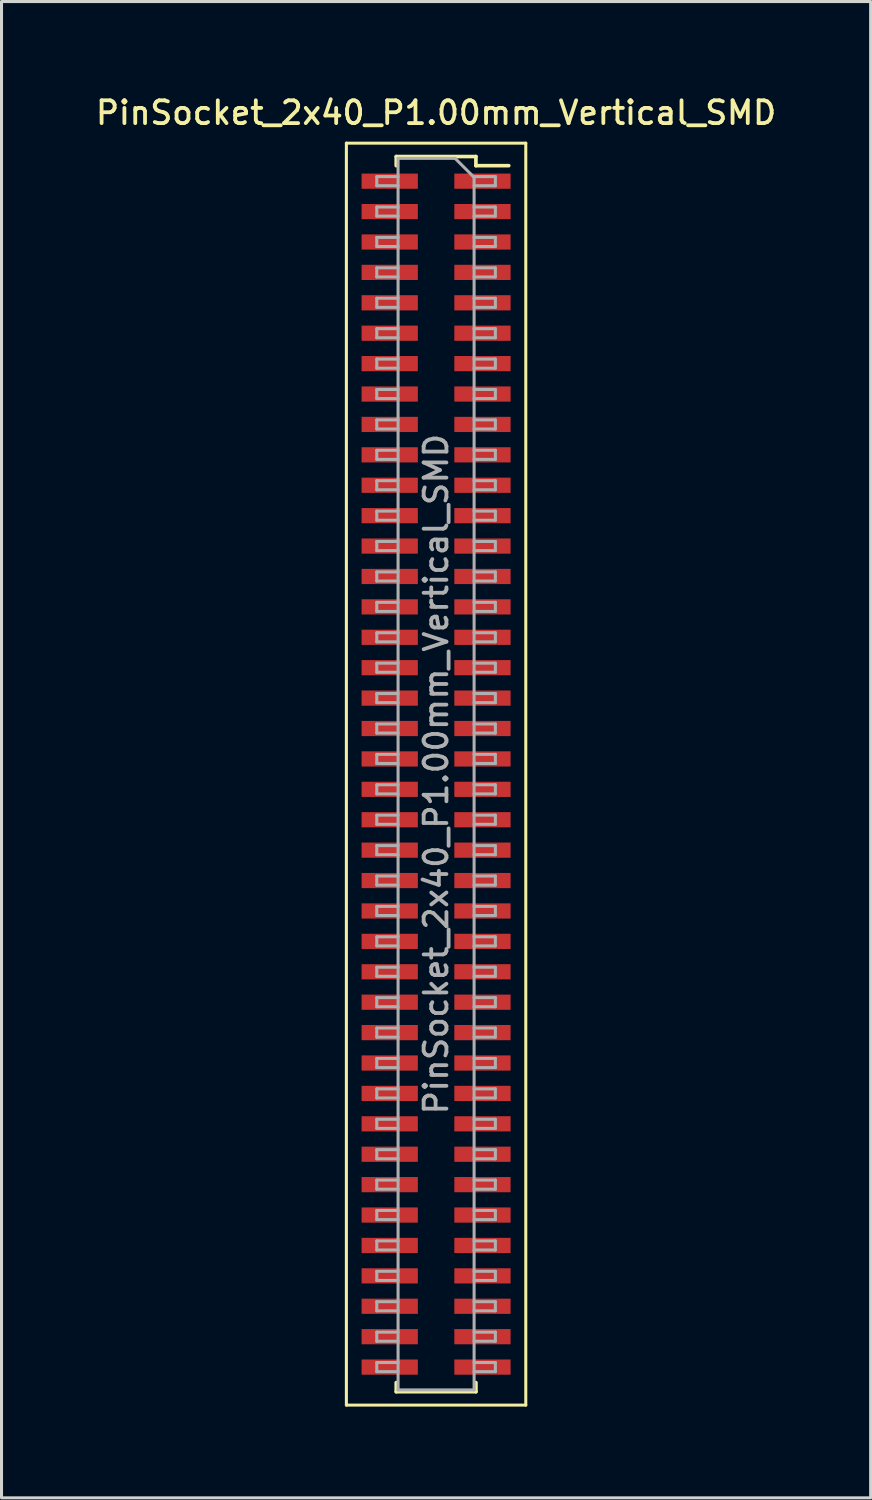
<source format=kicad_pcb>
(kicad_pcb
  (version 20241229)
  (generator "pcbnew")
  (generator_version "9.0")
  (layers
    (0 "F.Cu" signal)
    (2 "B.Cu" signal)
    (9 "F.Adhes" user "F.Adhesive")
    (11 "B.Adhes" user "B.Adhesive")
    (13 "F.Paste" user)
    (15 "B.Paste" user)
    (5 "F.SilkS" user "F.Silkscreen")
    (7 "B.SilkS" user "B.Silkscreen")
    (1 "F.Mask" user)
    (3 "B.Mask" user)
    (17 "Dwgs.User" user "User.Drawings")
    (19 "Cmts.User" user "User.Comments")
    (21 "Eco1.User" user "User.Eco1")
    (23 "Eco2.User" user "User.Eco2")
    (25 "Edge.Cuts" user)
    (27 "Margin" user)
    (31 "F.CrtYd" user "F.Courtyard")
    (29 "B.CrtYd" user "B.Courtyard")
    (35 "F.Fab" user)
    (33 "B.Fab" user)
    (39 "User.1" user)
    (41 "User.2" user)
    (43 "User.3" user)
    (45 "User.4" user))
  (footprint "PinSocket_2x40_P1.00mm_Vertical_SMD"
    (layer "F.Cu")
    (at 11.291 22.408)
    (property "Reference" "PinSocket_2x40_P1.00mm_Vertical_SMD" (at 0 -21.75 0) (layer "F.SilkS") (effects (font (size 0.75 0.75) (thickness 0.125))))
    (attr smd)
    (fp_line (start -2.95 -20.75) (end 2.95 -20.75) (stroke (width 0.1) (type solid)) (layer "F.SilkS"))
    (fp_line (start -2.95 20.75) (end -2.95 -20.75) (stroke (width 0.1) (type solid)) (layer "F.SilkS"))
    (fp_line (start -1.31 -20.31) (end -1.31 -20.01) (stroke (width 0.12) (type solid)) (layer "F.SilkS"))
    (fp_line (start -1.31 -20.31) (end 1.31 -20.31) (stroke (width 0.12) (type solid)) (layer "F.SilkS"))
    (fp_line (start -1.31 20.01) (end -1.31 20.31) (stroke (width 0.12) (type solid)) (layer "F.SilkS"))
    (fp_line (start -1.31 20.31) (end 1.31 20.31) (stroke (width 0.12) (type solid)) (layer "F.SilkS"))
    (fp_line (start 1.31 -20.31) (end 1.31 -20.01) (stroke (width 0.12) (type solid)) (layer "F.SilkS"))
    (fp_line (start 1.31 -20.01) (end 2.39 -20.01) (stroke (width 0.12) (type solid)) (layer "F.SilkS"))
    (fp_line (start 1.31 20.01) (end 1.31 20.31) (stroke (width 0.12) (type solid)) (layer "F.SilkS"))
    (fp_line (start 2.95 -20.75) (end 2.95 20.75) (stroke (width 0.1) (type solid)) (layer "F.SilkS"))
    (fp_line (start 2.95 20.75) (end -2.95 20.75) (stroke (width 0.1) (type solid)) (layer "F.SilkS"))
    (fp_line (start -1.95 -19.65) (end -1.25 -19.65) (stroke (width 0.1) (type solid)) (layer "F.Fab"))
    (fp_line (start -1.95 -19.35) (end -1.95 -19.65) (stroke (width 0.1) (type solid)) (layer "F.Fab"))
    (fp_line (start -1.95 -18.65) (end -1.25 -18.65) (stroke (width 0.1) (type solid)) (layer "F.Fab"))
    (fp_line (start -1.95 -18.35) (end -1.95 -18.65) (stroke (width 0.1) (type solid)) (layer "F.Fab"))
    (fp_line (start -1.95 -17.65) (end -1.25 -17.65) (stroke (width 0.1) (type solid)) (layer "F.Fab"))
    (fp_line (start -1.95 -17.35) (end -1.95 -17.65) (stroke (width 0.1) (type solid)) (layer "F.Fab"))
    (fp_line (start -1.95 -16.65) (end -1.25 -16.65) (stroke (width 0.1) (type solid)) (layer "F.Fab"))
    (fp_line (start -1.95 -16.35) (end -1.95 -16.65) (stroke (width 0.1) (type solid)) (layer "F.Fab"))
    (fp_line (start -1.95 -15.65) (end -1.25 -15.65) (stroke (width 0.1) (type solid)) (layer "F.Fab"))
    (fp_line (start -1.95 -15.35) (end -1.95 -15.65) (stroke (width 0.1) (type solid)) (layer "F.Fab"))
    (fp_line (start -1.95 -14.65) (end -1.25 -14.65) (stroke (width 0.1) (type solid)) (layer "F.Fab"))
    (fp_line (start -1.95 -14.35) (end -1.95 -14.65) (stroke (width 0.1) (type solid)) (layer "F.Fab"))
    (fp_line (start -1.95 -13.65) (end -1.25 -13.65) (stroke (width 0.1) (type solid)) (layer "F.Fab"))
    (fp_line (start -1.95 -13.35) (end -1.95 -13.65) (stroke (width 0.1) (type solid)) (layer "F.Fab"))
    (fp_line (start -1.95 -12.65) (end -1.25 -12.65) (stroke (width 0.1) (type solid)) (layer "F.Fab"))
    (fp_line (start -1.95 -12.35) (end -1.95 -12.65) (stroke (width 0.1) (type solid)) (layer "F.Fab"))
    (fp_line (start -1.95 -11.65) (end -1.25 -11.65) (stroke (width 0.1) (type solid)) (layer "F.Fab"))
    (fp_line (start -1.95 -11.35) (end -1.95 -11.65) (stroke (width 0.1) (type solid)) (layer "F.Fab"))
    (fp_line (start -1.95 -10.65) (end -1.25 -10.65) (stroke (width 0.1) (type solid)) (layer "F.Fab"))
    (fp_line (start -1.95 -10.35) (end -1.95 -10.65) (stroke (width 0.1) (type solid)) (layer "F.Fab"))
    (fp_line (start -1.95 -9.65) (end -1.25 -9.65) (stroke (width 0.1) (type solid)) (layer "F.Fab"))
    (fp_line (start -1.95 -9.35) (end -1.95 -9.65) (stroke (width 0.1) (type solid)) (layer "F.Fab"))
    (fp_line (start -1.95 -8.65) (end -1.25 -8.65) (stroke (width 0.1) (type solid)) (layer "F.Fab"))
    (fp_line (start -1.95 -8.35) (end -1.95 -8.65) (stroke (width 0.1) (type solid)) (layer "F.Fab"))
    (fp_line (start -1.95 -7.65) (end -1.25 -7.65) (stroke (width 0.1) (type solid)) (layer "F.Fab"))
    (fp_line (start -1.95 -7.35) (end -1.95 -7.65) (stroke (width 0.1) (type solid)) (layer "F.Fab"))
    (fp_line (start -1.95 -6.65) (end -1.25 -6.65) (stroke (width 0.1) (type solid)) (layer "F.Fab"))
    (fp_line (start -1.95 -6.35) (end -1.95 -6.65) (stroke (width 0.1) (type solid)) (layer "F.Fab"))
    (fp_line (start -1.95 -5.65) (end -1.25 -5.65) (stroke (width 0.1) (type solid)) (layer "F.Fab"))
    (fp_line (start -1.95 -5.35) (end -1.95 -5.65) (stroke (width 0.1) (type solid)) (layer "F.Fab"))
    (fp_line (start -1.95 -4.65) (end -1.25 -4.65) (stroke (width 0.1) (type solid)) (layer "F.Fab"))
    (fp_line (start -1.95 -4.35) (end -1.95 -4.65) (stroke (width 0.1) (type solid)) (layer "F.Fab"))
    (fp_line (start -1.95 -3.65) (end -1.25 -3.65) (stroke (width 0.1) (type solid)) (layer "F.Fab"))
    (fp_line (start -1.95 -3.35) (end -1.95 -3.65) (stroke (width 0.1) (type solid)) (layer "F.Fab"))
    (fp_line (start -1.95 -2.65) (end -1.25 -2.65) (stroke (width 0.1) (type solid)) (layer "F.Fab"))
    (fp_line (start -1.95 -2.35) (end -1.95 -2.65) (stroke (width 0.1) (type solid)) (layer "F.Fab"))
    (fp_line (start -1.95 -1.65) (end -1.25 -1.65) (stroke (width 0.1) (type solid)) (layer "F.Fab"))
    (fp_line (start -1.95 -1.35) (end -1.95 -1.65) (stroke (width 0.1) (type solid)) (layer "F.Fab"))
    (fp_line (start -1.95 -0.65) (end -1.25 -0.65) (stroke (width 0.1) (type solid)) (layer "F.Fab"))
    (fp_line (start -1.95 -0.35) (end -1.95 -0.65) (stroke (width 0.1) (type solid)) (layer "F.Fab"))
    (fp_line (start -1.95 0.35) (end -1.25 0.35) (stroke (width 0.1) (type solid)) (layer "F.Fab"))
    (fp_line (start -1.95 0.65) (end -1.95 0.35) (stroke (width 0.1) (type solid)) (layer "F.Fab"))
    (fp_line (start -1.95 1.35) (end -1.25 1.35) (stroke (width 0.1) (type solid)) (layer "F.Fab"))
    (fp_line (start -1.95 1.65) (end -1.95 1.35) (stroke (width 0.1) (type solid)) (layer "F.Fab"))
    (fp_line (start -1.95 2.35) (end -1.25 2.35) (stroke (width 0.1) (type solid)) (layer "F.Fab"))
    (fp_line (start -1.95 2.65) (end -1.95 2.35) (stroke (width 0.1) (type solid)) (layer "F.Fab"))
    (fp_line (start -1.95 3.35) (end -1.25 3.35) (stroke (width 0.1) (type solid)) (layer "F.Fab"))
    (fp_line (start -1.95 3.65) (end -1.95 3.35) (stroke (width 0.1) (type solid)) (layer "F.Fab"))
    (fp_line (start -1.95 4.35) (end -1.25 4.35) (stroke (width 0.1) (type solid)) (layer "F.Fab"))
    (fp_line (start -1.95 4.65) (end -1.95 4.35) (stroke (width 0.1) (type solid)) (layer "F.Fab"))
    (fp_line (start -1.95 5.35) (end -1.25 5.35) (stroke (width 0.1) (type solid)) (layer "F.Fab"))
    (fp_line (start -1.95 5.65) (end -1.95 5.35) (stroke (width 0.1) (type solid)) (layer "F.Fab"))
    (fp_line (start -1.95 6.35) (end -1.25 6.35) (stroke (width 0.1) (type solid)) (layer "F.Fab"))
    (fp_line (start -1.95 6.65) (end -1.95 6.35) (stroke (width 0.1) (type solid)) (layer "F.Fab"))
    (fp_line (start -1.95 7.35) (end -1.25 7.35) (stroke (width 0.1) (type solid)) (layer "F.Fab"))
    (fp_line (start -1.95 7.65) (end -1.95 7.35) (stroke (width 0.1) (type solid)) (layer "F.Fab"))
    (fp_line (start -1.95 8.35) (end -1.25 8.35) (stroke (width 0.1) (type solid)) (layer "F.Fab"))
    (fp_line (start -1.95 8.65) (end -1.95 8.35) (stroke (width 0.1) (type solid)) (layer "F.Fab"))
    (fp_line (start -1.95 9.35) (end -1.25 9.35) (stroke (width 0.1) (type solid)) (layer "F.Fab"))
    (fp_line (start -1.95 9.65) (end -1.95 9.35) (stroke (width 0.1) (type solid)) (layer "F.Fab"))
    (fp_line (start -1.95 10.35) (end -1.25 10.35) (stroke (width 0.1) (type solid)) (layer "F.Fab"))
    (fp_line (start -1.95 10.65) (end -1.95 10.35) (stroke (width 0.1) (type solid)) (layer "F.Fab"))
    (fp_line (start -1.95 11.35) (end -1.25 11.35) (stroke (width 0.1) (type solid)) (layer "F.Fab"))
    (fp_line (start -1.95 11.65) (end -1.95 11.35) (stroke (width 0.1) (type solid)) (layer "F.Fab"))
    (fp_line (start -1.95 12.35) (end -1.25 12.35) (stroke (width 0.1) (type solid)) (layer "F.Fab"))
    (fp_line (start -1.95 12.65) (end -1.95 12.35) (stroke (width 0.1) (type solid)) (layer "F.Fab"))
    (fp_line (start -1.95 13.35) (end -1.25 13.35) (stroke (width 0.1) (type solid)) (layer "F.Fab"))
    (fp_line (start -1.95 13.65) (end -1.95 13.35) (stroke (width 0.1) (type solid)) (layer "F.Fab"))
    (fp_line (start -1.95 14.35) (end -1.25 14.35) (stroke (width 0.1) (type solid)) (layer "F.Fab"))
    (fp_line (start -1.95 14.65) (end -1.95 14.35) (stroke (width 0.1) (type solid)) (layer "F.Fab"))
    (fp_line (start -1.95 15.35) (end -1.25 15.35) (stroke (width 0.1) (type solid)) (layer "F.Fab"))
    (fp_line (start -1.95 15.65) (end -1.95 15.35) (stroke (width 0.1) (type solid)) (layer "F.Fab"))
    (fp_line (start -1.95 16.35) (end -1.25 16.35) (stroke (width 0.1) (type solid)) (layer "F.Fab"))
    (fp_line (start -1.95 16.65) (end -1.95 16.35) (stroke (width 0.1) (type solid)) (layer "F.Fab"))
    (fp_line (start -1.95 17.35) (end -1.25 17.35) (stroke (width 0.1) (type solid)) (layer "F.Fab"))
    (fp_line (start -1.95 17.65) (end -1.95 17.35) (stroke (width 0.1) (type solid)) (layer "F.Fab"))
    (fp_line (start -1.95 18.35) (end -1.25 18.35) (stroke (width 0.1) (type solid)) (layer "F.Fab"))
    (fp_line (start -1.95 18.65) (end -1.95 18.35) (stroke (width 0.1) (type solid)) (layer "F.Fab"))
    (fp_line (start -1.95 19.35) (end -1.25 19.35) (stroke (width 0.1) (type solid)) (layer "F.Fab"))
    (fp_line (start -1.95 19.65) (end -1.95 19.35) (stroke (width 0.1) (type solid)) (layer "F.Fab"))
    (fp_line (start -1.25 -20.25) (end 0.625 -20.25) (stroke (width 0.1) (type solid)) (layer "F.Fab"))
    (fp_line (start -1.25 -19.35) (end -1.95 -19.35) (stroke (width 0.1) (type solid)) (layer "F.Fab"))
    (fp_line (start -1.25 -18.35) (end -1.95 -18.35) (stroke (width 0.1) (type solid)) (layer "F.Fab"))
    (fp_line (start -1.25 -17.35) (end -1.95 -17.35) (stroke (width 0.1) (type solid)) (layer "F.Fab"))
    (fp_line (start -1.25 -16.35) (end -1.95 -16.35) (stroke (width 0.1) (type solid)) (layer "F.Fab"))
    (fp_line (start -1.25 -15.35) (end -1.95 -15.35) (stroke (width 0.1) (type solid)) (layer "F.Fab"))
    (fp_line (start -1.25 -14.35) (end -1.95 -14.35) (stroke (width 0.1) (type solid)) (layer "F.Fab"))
    (fp_line (start -1.25 -13.35) (end -1.95 -13.35) (stroke (width 0.1) (type solid)) (layer "F.Fab"))
    (fp_line (start -1.25 -12.35) (end -1.95 -12.35) (stroke (width 0.1) (type solid)) (layer "F.Fab"))
    (fp_line (start -1.25 -11.35) (end -1.95 -11.35) (stroke (width 0.1) (type solid)) (layer "F.Fab"))
    (fp_line (start -1.25 -10.35) (end -1.95 -10.35) (stroke (width 0.1) (type solid)) (layer "F.Fab"))
    (fp_line (start -1.25 -9.35) (end -1.95 -9.35) (stroke (width 0.1) (type solid)) (layer "F.Fab"))
    (fp_line (start -1.25 -8.35) (end -1.95 -8.35) (stroke (width 0.1) (type solid)) (layer "F.Fab"))
    (fp_line (start -1.25 -7.35) (end -1.95 -7.35) (stroke (width 0.1) (type solid)) (layer "F.Fab"))
    (fp_line (start -1.25 -6.35) (end -1.95 -6.35) (stroke (width 0.1) (type solid)) (layer "F.Fab"))
    (fp_line (start -1.25 -5.35) (end -1.95 -5.35) (stroke (width 0.1) (type solid)) (layer "F.Fab"))
    (fp_line (start -1.25 -4.35) (end -1.95 -4.35) (stroke (width 0.1) (type solid)) (layer "F.Fab"))
    (fp_line (start -1.25 -3.35) (end -1.95 -3.35) (stroke (width 0.1) (type solid)) (layer "F.Fab"))
    (fp_line (start -1.25 -2.35) (end -1.95 -2.35) (stroke (width 0.1) (type solid)) (layer "F.Fab"))
    (fp_line (start -1.25 -1.35) (end -1.95 -1.35) (stroke (width 0.1) (type solid)) (layer "F.Fab"))
    (fp_line (start -1.25 -0.35) (end -1.95 -0.35) (stroke (width 0.1) (type solid)) (layer "F.Fab"))
    (fp_line (start -1.25 0.65) (end -1.95 0.65) (stroke (width 0.1) (type solid)) (layer "F.Fab"))
    (fp_line (start -1.25 1.65) (end -1.95 1.65) (stroke (width 0.1) (type solid)) (layer "F.Fab"))
    (fp_line (start -1.25 2.65) (end -1.95 2.65) (stroke (width 0.1) (type solid)) (layer "F.Fab"))
    (fp_line (start -1.25 3.65) (end -1.95 3.65) (stroke (width 0.1) (type solid)) (layer "F.Fab"))
    (fp_line (start -1.25 4.65) (end -1.95 4.65) (stroke (width 0.1) (type solid)) (layer "F.Fab"))
    (fp_line (start -1.25 5.65) (end -1.95 5.65) (stroke (width 0.1) (type solid)) (layer "F.Fab"))
    (fp_line (start -1.25 6.65) (end -1.95 6.65) (stroke (width 0.1) (type solid)) (layer "F.Fab"))
    (fp_line (start -1.25 7.65) (end -1.95 7.65) (stroke (width 0.1) (type solid)) (layer "F.Fab"))
    (fp_line (start -1.25 8.65) (end -1.95 8.65) (stroke (width 0.1) (type solid)) (layer "F.Fab"))
    (fp_line (start -1.25 9.65) (end -1.95 9.65) (stroke (width 0.1) (type solid)) (layer "F.Fab"))
    (fp_line (start -1.25 10.65) (end -1.95 10.65) (stroke (width 0.1) (type solid)) (layer "F.Fab"))
    (fp_line (start -1.25 11.65) (end -1.95 11.65) (stroke (width 0.1) (type solid)) (layer "F.Fab"))
    (fp_line (start -1.25 12.65) (end -1.95 12.65) (stroke (width 0.1) (type solid)) (layer "F.Fab"))
    (fp_line (start -1.25 13.65) (end -1.95 13.65) (stroke (width 0.1) (type solid)) (layer "F.Fab"))
    (fp_line (start -1.25 14.65) (end -1.95 14.65) (stroke (width 0.1) (type solid)) (layer "F.Fab"))
    (fp_line (start -1.25 15.65) (end -1.95 15.65) (stroke (width 0.1) (type solid)) (layer "F.Fab"))
    (fp_line (start -1.25 16.65) (end -1.95 16.65) (stroke (width 0.1) (type solid)) (layer "F.Fab"))
    (fp_line (start -1.25 17.65) (end -1.95 17.65) (stroke (width 0.1) (type solid)) (layer "F.Fab"))
    (fp_line (start -1.25 18.65) (end -1.95 18.65) (stroke (width 0.1) (type solid)) (layer "F.Fab"))
    (fp_line (start -1.25 19.65) (end -1.95 19.65) (stroke (width 0.1) (type solid)) (layer "F.Fab"))
    (fp_line (start -1.25 20.25) (end -1.25 -20.25) (stroke (width 0.1) (type solid)) (layer "F.Fab"))
    (fp_line (start 0.625 -20.25) (end 1.25 -19.625) (stroke (width 0.1) (type solid)) (layer "F.Fab"))
    (fp_line (start 1.25 -19.65) (end 1.95 -19.65) (stroke (width 0.1) (type solid)) (layer "F.Fab"))
    (fp_line (start 1.25 -19.625) (end 1.25 20.25) (stroke (width 0.1) (type solid)) (layer "F.Fab"))
    (fp_line (start 1.25 -18.65) (end 1.95 -18.65) (stroke (width 0.1) (type solid)) (layer "F.Fab"))
    (fp_line (start 1.25 -17.65) (end 1.95 -17.65) (stroke (width 0.1) (type solid)) (layer "F.Fab"))
    (fp_line (start 1.25 -16.65) (end 1.95 -16.65) (stroke (width 0.1) (type solid)) (layer "F.Fab"))
    (fp_line (start 1.25 -15.65) (end 1.95 -15.65) (stroke (width 0.1) (type solid)) (layer "F.Fab"))
    (fp_line (start 1.25 -14.65) (end 1.95 -14.65) (stroke (width 0.1) (type solid)) (layer "F.Fab"))
    (fp_line (start 1.25 -13.65) (end 1.95 -13.65) (stroke (width 0.1) (type solid)) (layer "F.Fab"))
    (fp_line (start 1.25 -12.65) (end 1.95 -12.65) (stroke (width 0.1) (type solid)) (layer "F.Fab"))
    (fp_line (start 1.25 -11.65) (end 1.95 -11.65) (stroke (width 0.1) (type solid)) (layer "F.Fab"))
    (fp_line (start 1.25 -10.65) (end 1.95 -10.65) (stroke (width 0.1) (type solid)) (layer "F.Fab"))
    (fp_line (start 1.25 -9.65) (end 1.95 -9.65) (stroke (width 0.1) (type solid)) (layer "F.Fab"))
    (fp_line (start 1.25 -8.65) (end 1.95 -8.65) (stroke (width 0.1) (type solid)) (layer "F.Fab"))
    (fp_line (start 1.25 -7.65) (end 1.95 -7.65) (stroke (width 0.1) (type solid)) (layer "F.Fab"))
    (fp_line (start 1.25 -6.65) (end 1.95 -6.65) (stroke (width 0.1) (type solid)) (layer "F.Fab"))
    (fp_line (start 1.25 -5.65) (end 1.95 -5.65) (stroke (width 0.1) (type solid)) (layer "F.Fab"))
    (fp_line (start 1.25 -4.65) (end 1.95 -4.65) (stroke (width 0.1) (type solid)) (layer "F.Fab"))
    (fp_line (start 1.25 -3.65) (end 1.95 -3.65) (stroke (width 0.1) (type solid)) (layer "F.Fab"))
    (fp_line (start 1.25 -2.65) (end 1.95 -2.65) (stroke (width 0.1) (type solid)) (layer "F.Fab"))
    (fp_line (start 1.25 -1.65) (end 1.95 -1.65) (stroke (width 0.1) (type solid)) (layer "F.Fab"))
    (fp_line (start 1.25 -0.65) (end 1.95 -0.65) (stroke (width 0.1) (type solid)) (layer "F.Fab"))
    (fp_line (start 1.25 0.35) (end 1.95 0.35) (stroke (width 0.1) (type solid)) (layer "F.Fab"))
    (fp_line (start 1.25 1.35) (end 1.95 1.35) (stroke (width 0.1) (type solid)) (layer "F.Fab"))
    (fp_line (start 1.25 2.35) (end 1.95 2.35) (stroke (width 0.1) (type solid)) (layer "F.Fab"))
    (fp_line (start 1.25 3.35) (end 1.95 3.35) (stroke (width 0.1) (type solid)) (layer "F.Fab"))
    (fp_line (start 1.25 4.35) (end 1.95 4.35) (stroke (width 0.1) (type solid)) (layer "F.Fab"))
    (fp_line (start 1.25 5.35) (end 1.95 5.35) (stroke (width 0.1) (type solid)) (layer "F.Fab"))
    (fp_line (start 1.25 6.35) (end 1.95 6.35) (stroke (width 0.1) (type solid)) (layer "F.Fab"))
    (fp_line (start 1.25 7.35) (end 1.95 7.35) (stroke (width 0.1) (type solid)) (layer "F.Fab"))
    (fp_line (start 1.25 8.35) (end 1.95 8.35) (stroke (width 0.1) (type solid)) (layer "F.Fab"))
    (fp_line (start 1.25 9.35) (end 1.95 9.35) (stroke (width 0.1) (type solid)) (layer "F.Fab"))
    (fp_line (start 1.25 10.35) (end 1.95 10.35) (stroke (width 0.1) (type solid)) (layer "F.Fab"))
    (fp_line (start 1.25 11.35) (end 1.95 11.35) (stroke (width 0.1) (type solid)) (layer "F.Fab"))
    (fp_line (start 1.25 12.35) (end 1.95 12.35) (stroke (width 0.1) (type solid)) (layer "F.Fab"))
    (fp_line (start 1.25 13.35) (end 1.95 13.35) (stroke (width 0.1) (type solid)) (layer "F.Fab"))
    (fp_line (start 1.25 14.35) (end 1.95 14.35) (stroke (width 0.1) (type solid)) (layer "F.Fab"))
    (fp_line (start 1.25 15.35) (end 1.95 15.35) (stroke (width 0.1) (type solid)) (layer "F.Fab"))
    (fp_line (start 1.25 16.35) (end 1.95 16.35) (stroke (width 0.1) (type solid)) (layer "F.Fab"))
    (fp_line (start 1.25 17.35) (end 1.95 17.35) (stroke (width 0.1) (type solid)) (layer "F.Fab"))
    (fp_line (start 1.25 18.35) (end 1.95 18.35) (stroke (width 0.1) (type solid)) (layer "F.Fab"))
    (fp_line (start 1.25 19.35) (end 1.95 19.35) (stroke (width 0.1) (type solid)) (layer "F.Fab"))
    (fp_line (start 1.25 20.25) (end -1.25 20.25) (stroke (width 0.1) (type solid)) (layer "F.Fab"))
    (fp_line (start 1.95 -19.65) (end 1.95 -19.35) (stroke (width 0.1) (type solid)) (layer "F.Fab"))
    (fp_line (start 1.95 -19.35) (end 1.25 -19.35) (stroke (width 0.1) (type solid)) (layer "F.Fab"))
    (fp_line (start 1.95 -18.65) (end 1.95 -18.35) (stroke (width 0.1) (type solid)) (layer "F.Fab"))
    (fp_line (start 1.95 -18.35) (end 1.25 -18.35) (stroke (width 0.1) (type solid)) (layer "F.Fab"))
    (fp_line (start 1.95 -17.65) (end 1.95 -17.35) (stroke (width 0.1) (type solid)) (layer "F.Fab"))
    (fp_line (start 1.95 -17.35) (end 1.25 -17.35) (stroke (width 0.1) (type solid)) (layer "F.Fab"))
    (fp_line (start 1.95 -16.65) (end 1.95 -16.35) (stroke (width 0.1) (type solid)) (layer "F.Fab"))
    (fp_line (start 1.95 -16.35) (end 1.25 -16.35) (stroke (width 0.1) (type solid)) (layer "F.Fab"))
    (fp_line (start 1.95 -15.65) (end 1.95 -15.35) (stroke (width 0.1) (type solid)) (layer "F.Fab"))
    (fp_line (start 1.95 -15.35) (end 1.25 -15.35) (stroke (width 0.1) (type solid)) (layer "F.Fab"))
    (fp_line (start 1.95 -14.65) (end 1.95 -14.35) (stroke (width 0.1) (type solid)) (layer "F.Fab"))
    (fp_line (start 1.95 -14.35) (end 1.25 -14.35) (stroke (width 0.1) (type solid)) (layer "F.Fab"))
    (fp_line (start 1.95 -13.65) (end 1.95 -13.35) (stroke (width 0.1) (type solid)) (layer "F.Fab"))
    (fp_line (start 1.95 -13.35) (end 1.25 -13.35) (stroke (width 0.1) (type solid)) (layer "F.Fab"))
    (fp_line (start 1.95 -12.65) (end 1.95 -12.35) (stroke (width 0.1) (type solid)) (layer "F.Fab"))
    (fp_line (start 1.95 -12.35) (end 1.25 -12.35) (stroke (width 0.1) (type solid)) (layer "F.Fab"))
    (fp_line (start 1.95 -11.65) (end 1.95 -11.35) (stroke (width 0.1) (type solid)) (layer "F.Fab"))
    (fp_line (start 1.95 -11.35) (end 1.25 -11.35) (stroke (width 0.1) (type solid)) (layer "F.Fab"))
    (fp_line (start 1.95 -10.65) (end 1.95 -10.35) (stroke (width 0.1) (type solid)) (layer "F.Fab"))
    (fp_line (start 1.95 -10.35) (end 1.25 -10.35) (stroke (width 0.1) (type solid)) (layer "F.Fab"))
    (fp_line (start 1.95 -9.65) (end 1.95 -9.35) (stroke (width 0.1) (type solid)) (layer "F.Fab"))
    (fp_line (start 1.95 -9.35) (end 1.25 -9.35) (stroke (width 0.1) (type solid)) (layer "F.Fab"))
    (fp_line (start 1.95 -8.65) (end 1.95 -8.35) (stroke (width 0.1) (type solid)) (layer "F.Fab"))
    (fp_line (start 1.95 -8.35) (end 1.25 -8.35) (stroke (width 0.1) (type solid)) (layer "F.Fab"))
    (fp_line (start 1.95 -7.65) (end 1.95 -7.35) (stroke (width 0.1) (type solid)) (layer "F.Fab"))
    (fp_line (start 1.95 -7.35) (end 1.25 -7.35) (stroke (width 0.1) (type solid)) (layer "F.Fab"))
    (fp_line (start 1.95 -6.65) (end 1.95 -6.35) (stroke (width 0.1) (type solid)) (layer "F.Fab"))
    (fp_line (start 1.95 -6.35) (end 1.25 -6.35) (stroke (width 0.1) (type solid)) (layer "F.Fab"))
    (fp_line (start 1.95 -5.65) (end 1.95 -5.35) (stroke (width 0.1) (type solid)) (layer "F.Fab"))
    (fp_line (start 1.95 -5.35) (end 1.25 -5.35) (stroke (width 0.1) (type solid)) (layer "F.Fab"))
    (fp_line (start 1.95 -4.65) (end 1.95 -4.35) (stroke (width 0.1) (type solid)) (layer "F.Fab"))
    (fp_line (start 1.95 -4.35) (end 1.25 -4.35) (stroke (width 0.1) (type solid)) (layer "F.Fab"))
    (fp_line (start 1.95 -3.65) (end 1.95 -3.35) (stroke (width 0.1) (type solid)) (layer "F.Fab"))
    (fp_line (start 1.95 -3.35) (end 1.25 -3.35) (stroke (width 0.1) (type solid)) (layer "F.Fab"))
    (fp_line (start 1.95 -2.65) (end 1.95 -2.35) (stroke (width 0.1) (type solid)) (layer "F.Fab"))
    (fp_line (start 1.95 -2.35) (end 1.25 -2.35) (stroke (width 0.1) (type solid)) (layer "F.Fab"))
    (fp_line (start 1.95 -1.65) (end 1.95 -1.35) (stroke (width 0.1) (type solid)) (layer "F.Fab"))
    (fp_line (start 1.95 -1.35) (end 1.25 -1.35) (stroke (width 0.1) (type solid)) (layer "F.Fab"))
    (fp_line (start 1.95 -0.65) (end 1.95 -0.35) (stroke (width 0.1) (type solid)) (layer "F.Fab"))
    (fp_line (start 1.95 -0.35) (end 1.25 -0.35) (stroke (width 0.1) (type solid)) (layer "F.Fab"))
    (fp_line (start 1.95 0.35) (end 1.95 0.65) (stroke (width 0.1) (type solid)) (layer "F.Fab"))
    (fp_line (start 1.95 0.65) (end 1.25 0.65) (stroke (width 0.1) (type solid)) (layer "F.Fab"))
    (fp_line (start 1.95 1.35) (end 1.95 1.65) (stroke (width 0.1) (type solid)) (layer "F.Fab"))
    (fp_line (start 1.95 1.65) (end 1.25 1.65) (stroke (width 0.1) (type solid)) (layer "F.Fab"))
    (fp_line (start 1.95 2.35) (end 1.95 2.65) (stroke (width 0.1) (type solid)) (layer "F.Fab"))
    (fp_line (start 1.95 2.65) (end 1.25 2.65) (stroke (width 0.1) (type solid)) (layer "F.Fab"))
    (fp_line (start 1.95 3.35) (end 1.95 3.65) (stroke (width 0.1) (type solid)) (layer "F.Fab"))
    (fp_line (start 1.95 3.65) (end 1.25 3.65) (stroke (width 0.1) (type solid)) (layer "F.Fab"))
    (fp_line (start 1.95 4.35) (end 1.95 4.65) (stroke (width 0.1) (type solid)) (layer "F.Fab"))
    (fp_line (start 1.95 4.65) (end 1.25 4.65) (stroke (width 0.1) (type solid)) (layer "F.Fab"))
    (fp_line (start 1.95 5.35) (end 1.95 5.65) (stroke (width 0.1) (type solid)) (layer "F.Fab"))
    (fp_line (start 1.95 5.65) (end 1.25 5.65) (stroke (width 0.1) (type solid)) (layer "F.Fab"))
    (fp_line (start 1.95 6.35) (end 1.95 6.65) (stroke (width 0.1) (type solid)) (layer "F.Fab"))
    (fp_line (start 1.95 6.65) (end 1.25 6.65) (stroke (width 0.1) (type solid)) (layer "F.Fab"))
    (fp_line (start 1.95 7.35) (end 1.95 7.65) (stroke (width 0.1) (type solid)) (layer "F.Fab"))
    (fp_line (start 1.95 7.65) (end 1.25 7.65) (stroke (width 0.1) (type solid)) (layer "F.Fab"))
    (fp_line (start 1.95 8.35) (end 1.95 8.65) (stroke (width 0.1) (type solid)) (layer "F.Fab"))
    (fp_line (start 1.95 8.65) (end 1.25 8.65) (stroke (width 0.1) (type solid)) (layer "F.Fab"))
    (fp_line (start 1.95 9.35) (end 1.95 9.65) (stroke (width 0.1) (type solid)) (layer "F.Fab"))
    (fp_line (start 1.95 9.65) (end 1.25 9.65) (stroke (width 0.1) (type solid)) (layer "F.Fab"))
    (fp_line (start 1.95 10.35) (end 1.95 10.65) (stroke (width 0.1) (type solid)) (layer "F.Fab"))
    (fp_line (start 1.95 10.65) (end 1.25 10.65) (stroke (width 0.1) (type solid)) (layer "F.Fab"))
    (fp_line (start 1.95 11.35) (end 1.95 11.65) (stroke (width 0.1) (type solid)) (layer "F.Fab"))
    (fp_line (start 1.95 11.65) (end 1.25 11.65) (stroke (width 0.1) (type solid)) (layer "F.Fab"))
    (fp_line (start 1.95 12.35) (end 1.95 12.65) (stroke (width 0.1) (type solid)) (layer "F.Fab"))
    (fp_line (start 1.95 12.65) (end 1.25 12.65) (stroke (width 0.1) (type solid)) (layer "F.Fab"))
    (fp_line (start 1.95 13.35) (end 1.95 13.65) (stroke (width 0.1) (type solid)) (layer "F.Fab"))
    (fp_line (start 1.95 13.65) (end 1.25 13.65) (stroke (width 0.1) (type solid)) (layer "F.Fab"))
    (fp_line (start 1.95 14.35) (end 1.95 14.65) (stroke (width 0.1) (type solid)) (layer "F.Fab"))
    (fp_line (start 1.95 14.65) (end 1.25 14.65) (stroke (width 0.1) (type solid)) (layer "F.Fab"))
    (fp_line (start 1.95 15.35) (end 1.95 15.65) (stroke (width 0.1) (type solid)) (layer "F.Fab"))
    (fp_line (start 1.95 15.65) (end 1.25 15.65) (stroke (width 0.1) (type solid)) (layer "F.Fab"))
    (fp_line (start 1.95 16.35) (end 1.95 16.65) (stroke (width 0.1) (type solid)) (layer "F.Fab"))
    (fp_line (start 1.95 16.65) (end 1.25 16.65) (stroke (width 0.1) (type solid)) (layer "F.Fab"))
    (fp_line (start 1.95 17.35) (end 1.95 17.65) (stroke (width 0.1) (type solid)) (layer "F.Fab"))
    (fp_line (start 1.95 17.65) (end 1.25 17.65) (stroke (width 0.1) (type solid)) (layer "F.Fab"))
    (fp_line (start 1.95 18.35) (end 1.95 18.65) (stroke (width 0.1) (type solid)) (layer "F.Fab"))
    (fp_line (start 1.95 18.65) (end 1.25 18.65) (stroke (width 0.1) (type solid)) (layer "F.Fab"))
    (fp_line (start 1.95 19.35) (end 1.95 19.65) (stroke (width 0.1) (type solid)) (layer "F.Fab"))
    (fp_line (start 1.95 19.65) (end 1.25 19.65) (stroke (width 0.1) (type solid)) (layer "F.Fab"))
    (fp_text user "${REFERENCE}" (at 0 0 90) (layer "F.Fab") (effects (font (size 0.75 0.75) (thickness 0.125))))
    (pad "1" smd rect (at 1.525 -19.5) (size 1.85 0.5) (layers "F.Cu" "F.Mask" "F.Paste"))
    (pad "2" smd rect (at -1.525 -19.5) (size 1.85 0.5) (layers "F.Cu" "F.Mask" "F.Paste"))
    (pad "3" smd rect (at 1.525 -18.5) (size 1.85 0.5) (layers "F.Cu" "F.Mask" "F.Paste"))
    (pad "4" smd rect (at -1.525 -18.5) (size 1.85 0.5) (layers "F.Cu" "F.Mask" "F.Paste"))
    (pad "5" smd rect (at 1.525 -17.5) (size 1.85 0.5) (layers "F.Cu" "F.Mask" "F.Paste"))
    (pad "6" smd rect (at -1.525 -17.5) (size 1.85 0.5) (layers "F.Cu" "F.Mask" "F.Paste"))
    (pad "7" smd rect (at 1.525 -16.5) (size 1.85 0.5) (layers "F.Cu" "F.Mask" "F.Paste"))
    (pad "8" smd rect (at -1.525 -16.5) (size 1.85 0.5) (layers "F.Cu" "F.Mask" "F.Paste"))
    (pad "9" smd rect (at 1.525 -15.5) (size 1.85 0.5) (layers "F.Cu" "F.Mask" "F.Paste"))
    (pad "10" smd rect (at -1.525 -15.5) (size 1.85 0.5) (layers "F.Cu" "F.Mask" "F.Paste"))
    (pad "11" smd rect (at 1.525 -14.5) (size 1.85 0.5) (layers "F.Cu" "F.Mask" "F.Paste"))
    (pad "12" smd rect (at -1.525 -14.5) (size 1.85 0.5) (layers "F.Cu" "F.Mask" "F.Paste"))
    (pad "13" smd rect (at 1.525 -13.5) (size 1.85 0.5) (layers "F.Cu" "F.Mask" "F.Paste"))
    (pad "14" smd rect (at -1.525 -13.5) (size 1.85 0.5) (layers "F.Cu" "F.Mask" "F.Paste"))
    (pad "15" smd rect (at 1.525 -12.5) (size 1.85 0.5) (layers "F.Cu" "F.Mask" "F.Paste"))
    (pad "16" smd rect (at -1.525 -12.5) (size 1.85 0.5) (layers "F.Cu" "F.Mask" "F.Paste"))
    (pad "17" smd rect (at 1.525 -11.5) (size 1.85 0.5) (layers "F.Cu" "F.Mask" "F.Paste"))
    (pad "18" smd rect (at -1.525 -11.5) (size 1.85 0.5) (layers "F.Cu" "F.Mask" "F.Paste"))
    (pad "19" smd rect (at 1.525 -10.5) (size 1.85 0.5) (layers "F.Cu" "F.Mask" "F.Paste"))
    (pad "20" smd rect (at -1.525 -10.5) (size 1.85 0.5) (layers "F.Cu" "F.Mask" "F.Paste"))
    (pad "21" smd rect (at 1.525 -9.5) (size 1.85 0.5) (layers "F.Cu" "F.Mask" "F.Paste"))
    (pad "22" smd rect (at -1.525 -9.5) (size 1.85 0.5) (layers "F.Cu" "F.Mask" "F.Paste"))
    (pad "23" smd rect (at 1.525 -8.5) (size 1.85 0.5) (layers "F.Cu" "F.Mask" "F.Paste"))
    (pad "24" smd rect (at -1.525 -8.5) (size 1.85 0.5) (layers "F.Cu" "F.Mask" "F.Paste"))
    (pad "25" smd rect (at 1.525 -7.5) (size 1.85 0.5) (layers "F.Cu" "F.Mask" "F.Paste"))
    (pad "26" smd rect (at -1.525 -7.5) (size 1.85 0.5) (layers "F.Cu" "F.Mask" "F.Paste"))
    (pad "27" smd rect (at 1.525 -6.5) (size 1.85 0.5) (layers "F.Cu" "F.Mask" "F.Paste"))
    (pad "28" smd rect (at -1.525 -6.5) (size 1.85 0.5) (layers "F.Cu" "F.Mask" "F.Paste"))
    (pad "29" smd rect (at 1.525 -5.5) (size 1.85 0.5) (layers "F.Cu" "F.Mask" "F.Paste"))
    (pad "30" smd rect (at -1.525 -5.5) (size 1.85 0.5) (layers "F.Cu" "F.Mask" "F.Paste"))
    (pad "31" smd rect (at 1.525 -4.5) (size 1.85 0.5) (layers "F.Cu" "F.Mask" "F.Paste"))
    (pad "32" smd rect (at -1.525 -4.5) (size 1.85 0.5) (layers "F.Cu" "F.Mask" "F.Paste"))
    (pad "33" smd rect (at 1.525 -3.5) (size 1.85 0.5) (layers "F.Cu" "F.Mask" "F.Paste"))
    (pad "34" smd rect (at -1.525 -3.5) (size 1.85 0.5) (layers "F.Cu" "F.Mask" "F.Paste"))
    (pad "35" smd rect (at 1.525 -2.5) (size 1.85 0.5) (layers "F.Cu" "F.Mask" "F.Paste"))
    (pad "36" smd rect (at -1.525 -2.5) (size 1.85 0.5) (layers "F.Cu" "F.Mask" "F.Paste"))
    (pad "37" smd rect (at 1.525 -1.5) (size 1.85 0.5) (layers "F.Cu" "F.Mask" "F.Paste"))
    (pad "38" smd rect (at -1.525 -1.5) (size 1.85 0.5) (layers "F.Cu" "F.Mask" "F.Paste"))
    (pad "39" smd rect (at 1.525 -0.5) (size 1.85 0.5) (layers "F.Cu" "F.Mask" "F.Paste"))
    (pad "40" smd rect (at -1.525 -0.5) (size 1.85 0.5) (layers "F.Cu" "F.Mask" "F.Paste"))
    (pad "41" smd rect (at 1.525 0.5) (size 1.85 0.5) (layers "F.Cu" "F.Mask" "F.Paste"))
    (pad "42" smd rect (at -1.525 0.5) (size 1.85 0.5) (layers "F.Cu" "F.Mask" "F.Paste"))
    (pad "43" smd rect (at 1.525 1.5) (size 1.85 0.5) (layers "F.Cu" "F.Mask" "F.Paste"))
    (pad "44" smd rect (at -1.525 1.5) (size 1.85 0.5) (layers "F.Cu" "F.Mask" "F.Paste"))
    (pad "45" smd rect (at 1.525 2.5) (size 1.85 0.5) (layers "F.Cu" "F.Mask" "F.Paste"))
    (pad "46" smd rect (at -1.525 2.5) (size 1.85 0.5) (layers "F.Cu" "F.Mask" "F.Paste"))
    (pad "47" smd rect (at 1.525 3.5) (size 1.85 0.5) (layers "F.Cu" "F.Mask" "F.Paste"))
    (pad "48" smd rect (at -1.525 3.5) (size 1.85 0.5) (layers "F.Cu" "F.Mask" "F.Paste"))
    (pad "49" smd rect (at 1.525 4.5) (size 1.85 0.5) (layers "F.Cu" "F.Mask" "F.Paste"))
    (pad "50" smd rect (at -1.525 4.5) (size 1.85 0.5) (layers "F.Cu" "F.Mask" "F.Paste"))
    (pad "51" smd rect (at 1.525 5.5) (size 1.85 0.5) (layers "F.Cu" "F.Mask" "F.Paste"))
    (pad "52" smd rect (at -1.525 5.5) (size 1.85 0.5) (layers "F.Cu" "F.Mask" "F.Paste"))
    (pad "53" smd rect (at 1.525 6.5) (size 1.85 0.5) (layers "F.Cu" "F.Mask" "F.Paste"))
    (pad "54" smd rect (at -1.525 6.5) (size 1.85 0.5) (layers "F.Cu" "F.Mask" "F.Paste"))
    (pad "55" smd rect (at 1.525 7.5) (size 1.85 0.5) (layers "F.Cu" "F.Mask" "F.Paste"))
    (pad "56" smd rect (at -1.525 7.5) (size 1.85 0.5) (layers "F.Cu" "F.Mask" "F.Paste"))
    (pad "57" smd rect (at 1.525 8.5) (size 1.85 0.5) (layers "F.Cu" "F.Mask" "F.Paste"))
    (pad "58" smd rect (at -1.525 8.5) (size 1.85 0.5) (layers "F.Cu" "F.Mask" "F.Paste"))
    (pad "59" smd rect (at 1.525 9.5) (size 1.85 0.5) (layers "F.Cu" "F.Mask" "F.Paste"))
    (pad "60" smd rect (at -1.525 9.5) (size 1.85 0.5) (layers "F.Cu" "F.Mask" "F.Paste"))
    (pad "61" smd rect (at 1.525 10.5) (size 1.85 0.5) (layers "F.Cu" "F.Mask" "F.Paste"))
    (pad "62" smd rect (at -1.525 10.5) (size 1.85 0.5) (layers "F.Cu" "F.Mask" "F.Paste"))
    (pad "63" smd rect (at 1.525 11.5) (size 1.85 0.5) (layers "F.Cu" "F.Mask" "F.Paste"))
    (pad "64" smd rect (at -1.525 11.5) (size 1.85 0.5) (layers "F.Cu" "F.Mask" "F.Paste"))
    (pad "65" smd rect (at 1.525 12.5) (size 1.85 0.5) (layers "F.Cu" "F.Mask" "F.Paste"))
    (pad "66" smd rect (at -1.525 12.5) (size 1.85 0.5) (layers "F.Cu" "F.Mask" "F.Paste"))
    (pad "67" smd rect (at 1.525 13.5) (size 1.85 0.5) (layers "F.Cu" "F.Mask" "F.Paste"))
    (pad "68" smd rect (at -1.525 13.5) (size 1.85 0.5) (layers "F.Cu" "F.Mask" "F.Paste"))
    (pad "69" smd rect (at 1.525 14.5) (size 1.85 0.5) (layers "F.Cu" "F.Mask" "F.Paste"))
    (pad "70" smd rect (at -1.525 14.5) (size 1.85 0.5) (layers "F.Cu" "F.Mask" "F.Paste"))
    (pad "71" smd rect (at 1.525 15.5) (size 1.85 0.5) (layers "F.Cu" "F.Mask" "F.Paste"))
    (pad "72" smd rect (at -1.525 15.5) (size 1.85 0.5) (layers "F.Cu" "F.Mask" "F.Paste"))
    (pad "73" smd rect (at 1.525 16.5) (size 1.85 0.5) (layers "F.Cu" "F.Mask" "F.Paste"))
    (pad "74" smd rect (at -1.525 16.5) (size 1.85 0.5) (layers "F.Cu" "F.Mask" "F.Paste"))
    (pad "75" smd rect (at 1.525 17.5) (size 1.85 0.5) (layers "F.Cu" "F.Mask" "F.Paste"))
    (pad "76" smd rect (at -1.525 17.5) (size 1.85 0.5) (layers "F.Cu" "F.Mask" "F.Paste"))
    (pad "77" smd rect (at 1.525 18.5) (size 1.85 0.5) (layers "F.Cu" "F.Mask" "F.Paste"))
    (pad "78" smd rect (at -1.525 18.5) (size 1.85 0.5) (layers "F.Cu" "F.Mask" "F.Paste"))
    (pad "79" smd rect (at 1.525 19.5) (size 1.85 0.5) (layers "F.Cu" "F.Mask" "F.Paste"))
    (pad "80" smd rect (at -1.525 19.5) (size 1.85 0.5) (layers "F.Cu" "F.Mask" "F.Paste")))
  (gr_rect
    (start -3 -3)
    (end 25.582 46.208)
    (stroke (width 0.1) (type default))
    (fill no)
    (layer "Edge.Cuts")))
</source>
